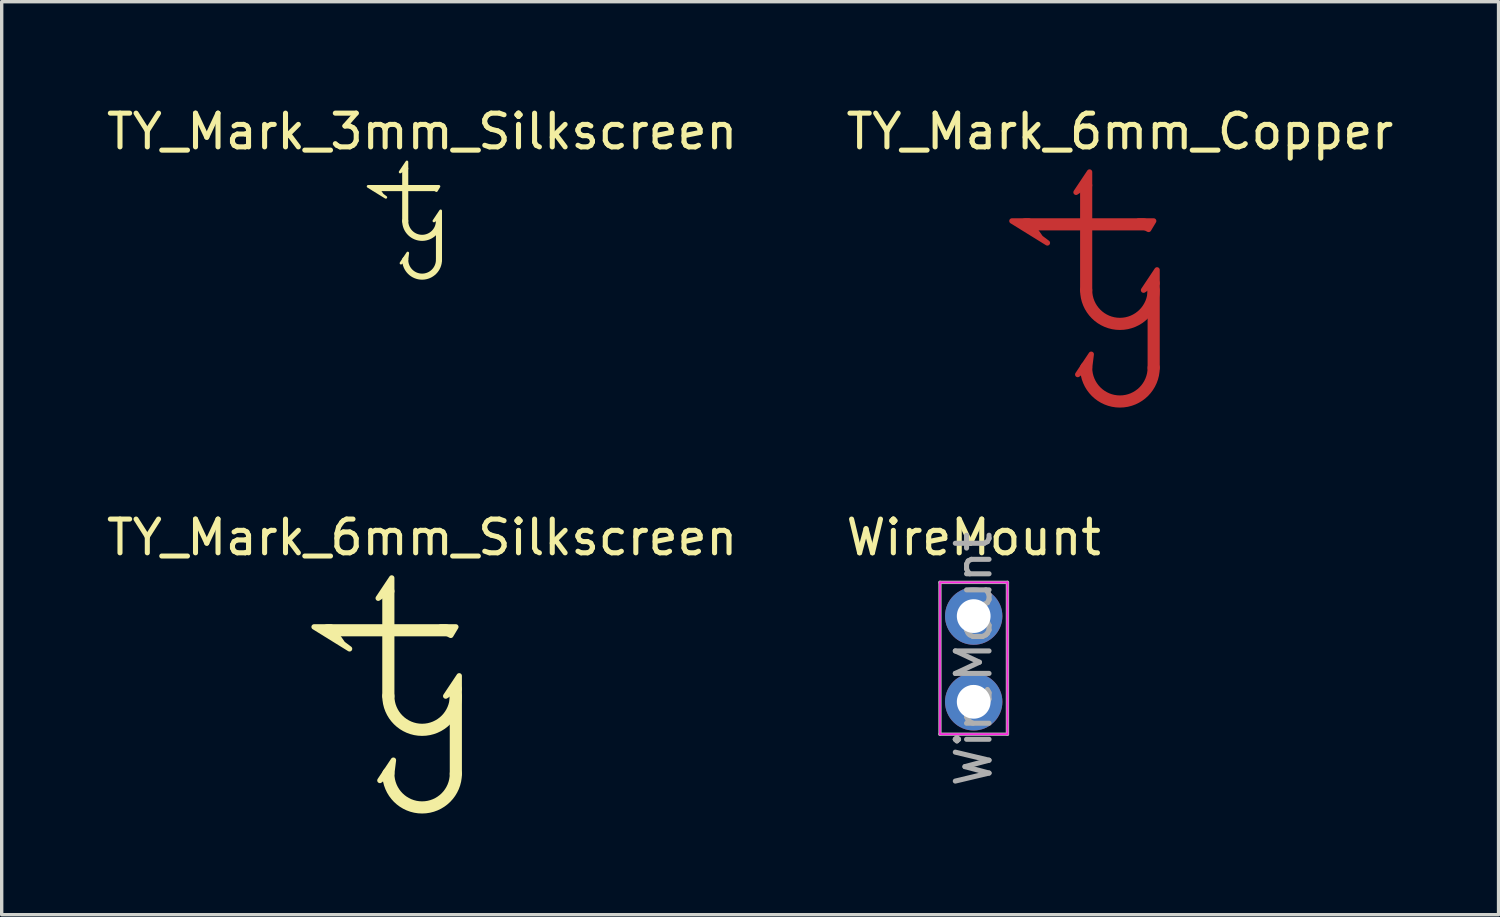
<source format=kicad_pcb>
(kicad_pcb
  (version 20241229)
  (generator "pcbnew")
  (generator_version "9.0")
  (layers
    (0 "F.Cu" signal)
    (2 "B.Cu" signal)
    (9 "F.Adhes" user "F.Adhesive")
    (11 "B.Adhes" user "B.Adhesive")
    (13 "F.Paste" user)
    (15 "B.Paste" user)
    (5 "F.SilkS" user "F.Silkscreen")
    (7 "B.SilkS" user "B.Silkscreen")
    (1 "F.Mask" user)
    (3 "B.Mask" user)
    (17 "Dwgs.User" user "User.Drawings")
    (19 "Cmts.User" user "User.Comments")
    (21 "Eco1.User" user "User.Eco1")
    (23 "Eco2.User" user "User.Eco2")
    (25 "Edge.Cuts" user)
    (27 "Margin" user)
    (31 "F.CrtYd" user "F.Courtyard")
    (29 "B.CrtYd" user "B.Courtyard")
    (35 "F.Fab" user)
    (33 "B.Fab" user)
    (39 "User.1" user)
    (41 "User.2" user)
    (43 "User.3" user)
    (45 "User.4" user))
  (footprint "WireMount"
    (layer "F.Cu")
    (at 25.804 15.207)
    (property "Reference" "WireMount" (at 0 -2.33 0) (layer "F.SilkS") (effects (font (size 1 1) (thickness 0.15))))
    (attr through_hole)
    (fp_line (start -1 -1) (end -1 3.5) (stroke (width 0.05) (type solid)) (layer "F.CrtYd"))
    (fp_line (start -1 3.5) (end 1 3.5) (stroke (width 0.05) (type solid)) (layer "F.CrtYd"))
    (fp_line (start 1 -1) (end -1 -1) (stroke (width 0.05) (type solid)) (layer "F.CrtYd"))
    (fp_line (start 1 3.5) (end 1 -1) (stroke (width 0.05) (type solid)) (layer "F.CrtYd"))
    (fp_line (start -1 -1) (end 1 -1) (stroke (width 0.1) (type solid)) (layer "F.Fab"))
    (fp_line (start -1 3.5) (end -1 -1) (stroke (width 0.1) (type solid)) (layer "F.Fab"))
    (fp_line (start 1 -1) (end 1 3.5) (stroke (width 0.1) (type solid)) (layer "F.Fab"))
    (fp_line (start 1 3.5) (end -1 3.5) (stroke (width 0.1) (type solid)) (layer "F.Fab"))
    (fp_text user "${REFERENCE}" (at 0 1.27 90) (layer "F.Fab") (effects (font (size 1 1) (thickness 0.15))))
    (pad "1" thru_hole circle (at 0 0) (size 1.7 1.7) (drill 1) (layers "*.Cu" "*.Mask"))
    (pad "2" thru_hole oval (at 0 2.54) (size 1.7 1.7) (drill 1) (layers "*.Cu" "*.Mask")))
  (footprint "TY_Mark_6mm_Silkscreen"
    (layer "F.Cu")
    (at 9.458 17.877)
    (property "Reference" "TY_Mark_6mm_Silkscreen" (at 0 -5 0) (layer "F.SilkS") (effects (font (size 1 1) (thickness 0.15))))
    (attr through_hole)
    (fp_line (start -2.8 -2.25) (end 0.7 -2.25) (stroke (width 0.36) (type solid)) (layer "F.SilkS"))
    (fp_line (start -1 -3.4) (end -1 -0.3) (stroke (width 0.36) (type solid)) (layer "F.SilkS"))
    (fp_line (start 1 -0.5) (end 1 2) (stroke (width 0.36) (type solid)) (layer "F.SilkS"))
    (fp_arc (start 1 -0.3) (mid 0 0.7) (end -1 -0.3) (stroke (width 0.36) (type solid)) (layer "F.SilkS"))
    (fp_arc (start 1 2) (mid 0 3) (end -1 2) (stroke (width 0.36) (type solid)) (layer "F.SilkS"))
    (fp_poly (pts (xy -2.15 -1.7) (xy -3.2 -2.35) (xy -2.7 -2.35) (xy -2.35 -1.85)) (stroke (width 0.16) (type solid)) (fill yes) (layer "F.SilkS"))
    (fp_poly (pts (xy -1.3 -3.2) (xy -0.9 -3.8) (xy -0.9 -3.4) (xy -1 -3.4)) (stroke (width 0.16) (type solid)) (fill yes) (layer "F.SilkS"))
    (fp_poly (pts (xy -1.25 2.2) (xy -0.85 1.6) (xy -0.9 2) (xy -1 2)) (stroke (width 0.16) (type solid)) (fill yes) (layer "F.SilkS"))
    (fp_poly (pts (xy 0.7 -0.3) (xy 1.1 -0.9) (xy 1.1 -0.5) (xy 1 -0.5)) (stroke (width 0.16) (type solid)) (fill yes) (layer "F.SilkS"))
    (fp_poly (pts (xy 0.85 -2.1) (xy 1 -2.35) (xy 0.55 -2.35) (xy 0.55 -2.25)) (stroke (width 0.16) (type solid)) (fill yes) (layer "F.SilkS")))
  (footprint "TY_Mark_3mm_Silkscreen"
    (layer "F.Cu")
    (at 9.458 3.648)
    (property "Reference" "TY_Mark_3mm_Silkscreen" (at 0 -2.8 180) (layer "F.SilkS") (effects (font (size 1 1) (thickness 0.15))))
    (attr through_hole)
    (fp_line (start -1.4 -1.125) (end 0.35 -1.125) (stroke (width 0.18) (type solid)) (layer "F.SilkS"))
    (fp_line (start -0.5 -1.7) (end -0.5 -0.15) (stroke (width 0.18) (type solid)) (layer "F.SilkS"))
    (fp_line (start 0.5 -0.25) (end 0.5 1) (stroke (width 0.18) (type solid)) (layer "F.SilkS"))
    (fp_arc (start 0.5 -0.15) (mid 0 0.35) (end -0.5 -0.15) (stroke (width 0.18) (type solid)) (layer "F.SilkS"))
    (fp_arc (start 0.5 1) (mid 0 1.5) (end -0.5 1) (stroke (width 0.18) (type solid)) (layer "F.SilkS"))
    (fp_poly (pts (xy -1.075 -0.85) (xy -1.6 -1.175) (xy -1.35 -1.175) (xy -1.175 -0.925)) (stroke (width 0.08) (type solid)) (fill yes) (layer "F.SilkS"))
    (fp_poly (pts (xy -0.65 -1.6) (xy -0.45 -1.9) (xy -0.45 -1.7) (xy -0.5 -1.7)) (stroke (width 0.08) (type solid)) (fill yes) (layer "F.SilkS"))
    (fp_poly (pts (xy -0.625 1.1) (xy -0.425 0.8) (xy -0.45 1) (xy -0.5 1)) (stroke (width 0.08) (type solid)) (fill yes) (layer "F.SilkS"))
    (fp_poly (pts (xy 0.35 -0.15) (xy 0.55 -0.45) (xy 0.55 -0.25) (xy 0.5 -0.25)) (stroke (width 0.08) (type solid)) (fill yes) (layer "F.SilkS"))
    (fp_poly (pts (xy 0.425 -1.05) (xy 0.5 -1.175) (xy 0.275 -1.175) (xy 0.275 -1.125)) (stroke (width 0.08) (type solid)) (fill yes) (layer "F.SilkS")))
  (footprint "TY_Mark_6mm_Copper"
    (layer "F.Cu")
    (at 30.137 5.848)
    (property "Reference" "TY_Mark_6mm_Copper" (at 0 -5 0) (layer "F.SilkS") (effects (font (size 1 1) (thickness 0.15))))
    (attr through_hole)
    (fp_line (start -2.8 -2.25) (end 0.7 -2.25) (stroke (width 0.36) (type solid)) (layer "F.Cu"))
    (fp_line (start -1 -3.4) (end -1 -0.3) (stroke (width 0.36) (type solid)) (layer "F.Cu"))
    (fp_line (start 1 -0.5) (end 1 2) (stroke (width 0.36) (type solid)) (layer "F.Cu"))
    (fp_arc (start 1 -0.3) (mid 0 0.7) (end -1 -0.3) (stroke (width 0.36) (type solid)) (layer "F.Cu"))
    (fp_arc (start 1 2) (mid 0 3) (end -1 2) (stroke (width 0.36) (type solid)) (layer "F.Cu"))
    (fp_poly (pts (xy -2.15 -1.7) (xy -3.2 -2.35) (xy -2.7 -2.35) (xy -2.35 -1.85)) (stroke (width 0.16) (type solid)) (fill yes) (layer "F.Cu"))
    (fp_poly (pts (xy -1.3 -3.2) (xy -0.9 -3.8) (xy -0.9 -3.4) (xy -1 -3.4)) (stroke (width 0.16) (type solid)) (fill yes) (layer "F.Cu"))
    (fp_poly (pts (xy -1.25 2.2) (xy -0.85 1.6) (xy -0.9 2) (xy -1 2)) (stroke (width 0.16) (type solid)) (fill yes) (layer "F.Cu"))
    (fp_poly (pts (xy 0.7 -0.3) (xy 1.1 -0.9) (xy 1.1 -0.5) (xy 1 -0.5)) (stroke (width 0.16) (type solid)) (fill yes) (layer "F.Cu"))
    (fp_poly (pts (xy 0.85 -2.1) (xy 1 -2.35) (xy 0.55 -2.35) (xy 0.55 -2.25)) (stroke (width 0.16) (type solid)) (fill yes) (layer "F.Cu")))
  (gr_rect
    (start -3 -3)
    (end 41.357 24.056)
    (stroke (width 0.1) (type default))
    (fill no)
    (layer "Edge.Cuts")))
</source>
